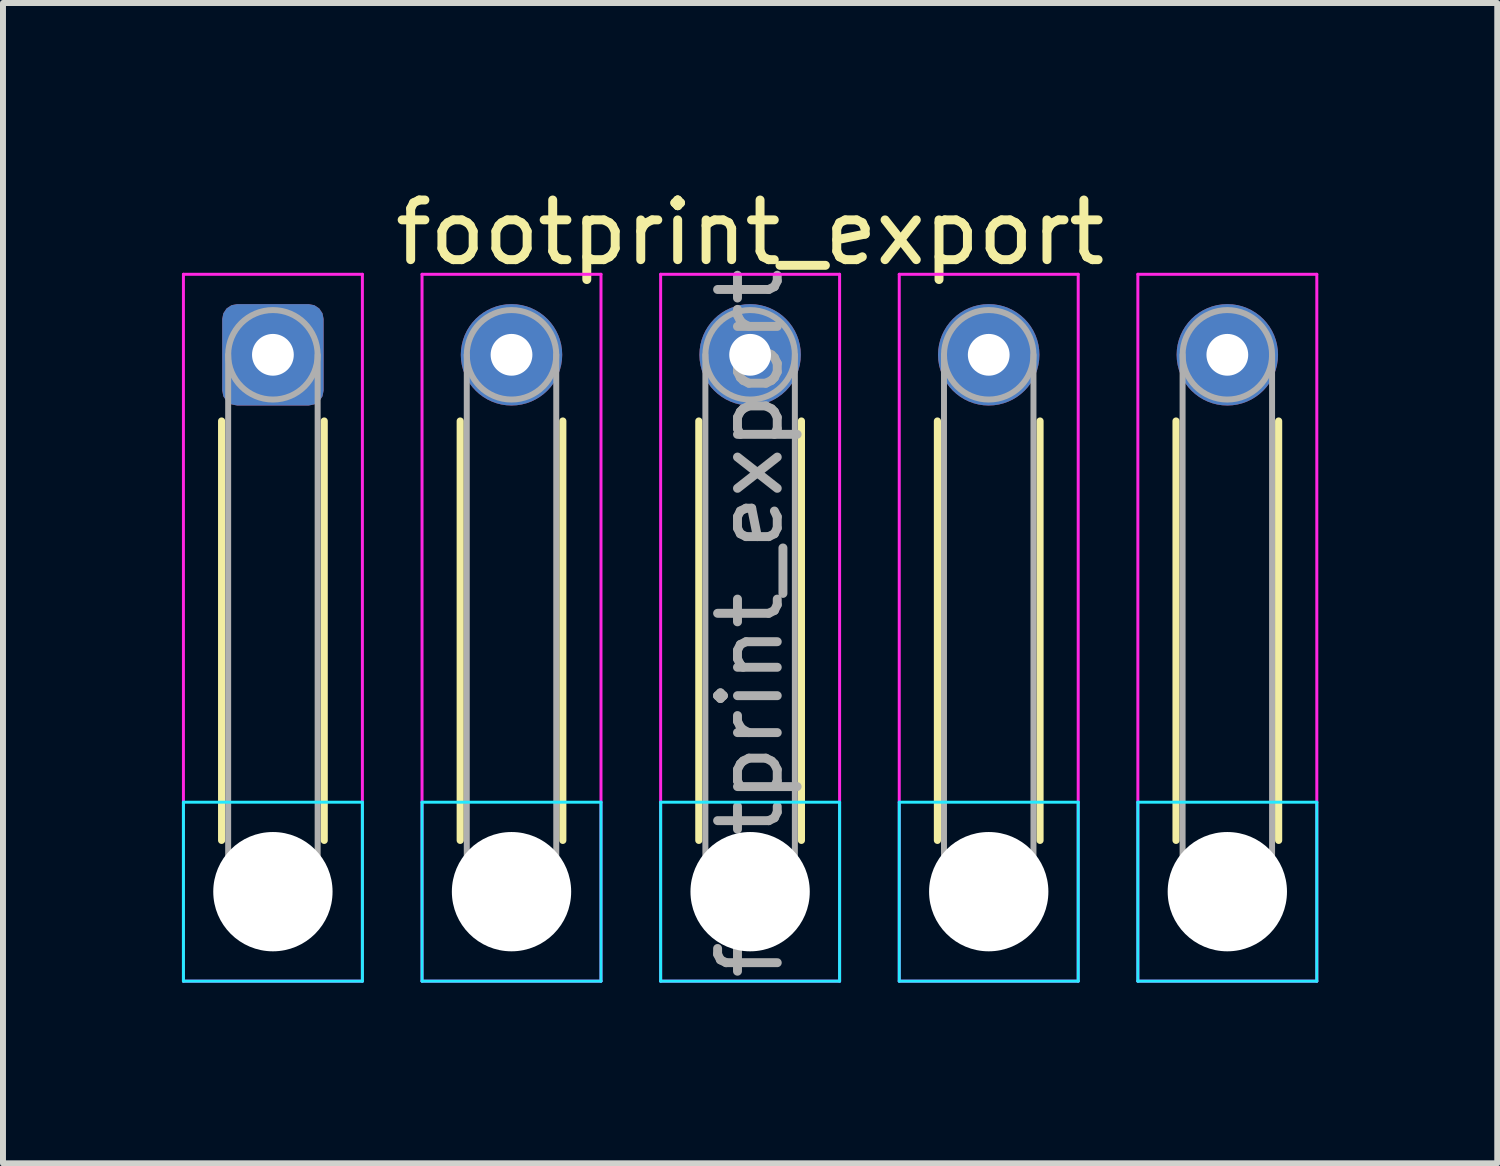
<source format=kicad_pcb>
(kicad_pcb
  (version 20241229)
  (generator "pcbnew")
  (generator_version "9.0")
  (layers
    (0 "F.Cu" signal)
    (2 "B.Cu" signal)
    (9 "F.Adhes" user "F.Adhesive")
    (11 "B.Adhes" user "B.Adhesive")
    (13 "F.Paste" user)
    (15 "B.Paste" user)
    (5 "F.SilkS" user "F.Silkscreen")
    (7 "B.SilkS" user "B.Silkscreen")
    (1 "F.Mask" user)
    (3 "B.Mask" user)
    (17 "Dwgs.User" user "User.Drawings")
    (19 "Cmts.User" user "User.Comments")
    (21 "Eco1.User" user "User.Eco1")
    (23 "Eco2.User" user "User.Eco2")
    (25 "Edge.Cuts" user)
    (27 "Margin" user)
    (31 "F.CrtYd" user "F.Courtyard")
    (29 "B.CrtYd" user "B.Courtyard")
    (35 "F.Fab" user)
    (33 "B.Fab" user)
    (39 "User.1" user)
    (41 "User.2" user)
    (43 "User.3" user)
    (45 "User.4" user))
  (footprint "footprint_export"
    (layer "F.Cu")
    (at 1.525 2.898)
    (property "Reference" "footprint_export" (at 8 -2.05 0) (layer "F.SilkS") (effects (font (size 1 1) (thickness 0.15))))
    (attr exclude_from_pos_files exclude_from_bom)
    (fp_line (start -0.86 1.11) (end -0.86 8.14) (stroke (width 0.12) (type solid)) (layer "F.SilkS"))
    (fp_line (start 0.86 1.11) (end 0.86 8.14) (stroke (width 0.12) (type solid)) (layer "F.SilkS"))
    (fp_line (start 3.14 1.11) (end 3.14 8.14) (stroke (width 0.12) (type solid)) (layer "F.SilkS"))
    (fp_line (start 4.86 1.11) (end 4.86 8.14) (stroke (width 0.12) (type solid)) (layer "F.SilkS"))
    (fp_line (start 7.14 1.11) (end 7.14 8.14) (stroke (width 0.12) (type solid)) (layer "F.SilkS"))
    (fp_line (start 8.86 1.11) (end 8.86 8.14) (stroke (width 0.12) (type solid)) (layer "F.SilkS"))
    (fp_line (start 11.14 1.11) (end 11.14 8.14) (stroke (width 0.12) (type solid)) (layer "F.SilkS"))
    (fp_line (start 12.86 1.11) (end 12.86 8.14) (stroke (width 0.12) (type solid)) (layer "F.SilkS"))
    (fp_line (start 15.14 1.11) (end 15.14 8.14) (stroke (width 0.12) (type solid)) (layer "F.SilkS"))
    (fp_line (start 16.86 1.11) (end 16.86 8.14) (stroke (width 0.12) (type solid)) (layer "F.SilkS"))
    (fp_line (start -1.5 7.5) (end -1.5 10.5) (stroke (width 0.05) (type solid)) (layer "B.CrtYd"))
    (fp_line (start -1.5 10.5) (end 1.5 10.5) (stroke (width 0.05) (type solid)) (layer "B.CrtYd"))
    (fp_line (start 1.5 7.5) (end -1.5 7.5) (stroke (width 0.05) (type solid)) (layer "B.CrtYd"))
    (fp_line (start 1.5 10.5) (end 1.5 7.5) (stroke (width 0.05) (type solid)) (layer "B.CrtYd"))
    (fp_line (start 2.5 7.5) (end 2.5 10.5) (stroke (width 0.05) (type solid)) (layer "B.CrtYd"))
    (fp_line (start 2.5 10.5) (end 5.5 10.5) (stroke (width 0.05) (type solid)) (layer "B.CrtYd"))
    (fp_line (start 5.5 7.5) (end 2.5 7.5) (stroke (width 0.05) (type solid)) (layer "B.CrtYd"))
    (fp_line (start 5.5 10.5) (end 5.5 7.5) (stroke (width 0.05) (type solid)) (layer "B.CrtYd"))
    (fp_line (start 6.5 7.5) (end 6.5 10.5) (stroke (width 0.05) (type solid)) (layer "B.CrtYd"))
    (fp_line (start 6.5 10.5) (end 9.5 10.5) (stroke (width 0.05) (type solid)) (layer "B.CrtYd"))
    (fp_line (start 9.5 7.5) (end 6.5 7.5) (stroke (width 0.05) (type solid)) (layer "B.CrtYd"))
    (fp_line (start 9.5 10.5) (end 9.5 7.5) (stroke (width 0.05) (type solid)) (layer "B.CrtYd"))
    (fp_line (start 10.5 7.5) (end 10.5 10.5) (stroke (width 0.05) (type solid)) (layer "B.CrtYd"))
    (fp_line (start 10.5 10.5) (end 13.5 10.5) (stroke (width 0.05) (type solid)) (layer "B.CrtYd"))
    (fp_line (start 13.5 7.5) (end 10.5 7.5) (stroke (width 0.05) (type solid)) (layer "B.CrtYd"))
    (fp_line (start 13.5 10.5) (end 13.5 7.5) (stroke (width 0.05) (type solid)) (layer "B.CrtYd"))
    (fp_line (start 14.5 7.5) (end 14.5 10.5) (stroke (width 0.05) (type solid)) (layer "B.CrtYd"))
    (fp_line (start 14.5 10.5) (end 17.5 10.5) (stroke (width 0.05) (type solid)) (layer "B.CrtYd"))
    (fp_line (start 17.5 7.5) (end 14.5 7.5) (stroke (width 0.05) (type solid)) (layer "B.CrtYd"))
    (fp_line (start 17.5 10.5) (end 17.5 7.5) (stroke (width 0.05) (type solid)) (layer "B.CrtYd"))
    (fp_line (start -1.5 -1.35) (end -1.5 10.5) (stroke (width 0.05) (type solid)) (layer "F.CrtYd"))
    (fp_line (start -1.5 10.5) (end 1.5 10.5) (stroke (width 0.05) (type solid)) (layer "F.CrtYd"))
    (fp_line (start 1.5 -1.35) (end -1.5 -1.35) (stroke (width 0.05) (type solid)) (layer "F.CrtYd"))
    (fp_line (start 1.5 10.5) (end 1.5 -1.35) (stroke (width 0.05) (type solid)) (layer "F.CrtYd"))
    (fp_line (start 2.5 -1.35) (end 2.5 10.5) (stroke (width 0.05) (type solid)) (layer "F.CrtYd"))
    (fp_line (start 2.5 10.5) (end 5.5 10.5) (stroke (width 0.05) (type solid)) (layer "F.CrtYd"))
    (fp_line (start 5.5 -1.35) (end 2.5 -1.35) (stroke (width 0.05) (type solid)) (layer "F.CrtYd"))
    (fp_line (start 5.5 10.5) (end 5.5 -1.35) (stroke (width 0.05) (type solid)) (layer "F.CrtYd"))
    (fp_line (start 6.5 -1.35) (end 6.5 10.5) (stroke (width 0.05) (type solid)) (layer "F.CrtYd"))
    (fp_line (start 6.5 10.5) (end 9.5 10.5) (stroke (width 0.05) (type solid)) (layer "F.CrtYd"))
    (fp_line (start 9.5 -1.35) (end 6.5 -1.35) (stroke (width 0.05) (type solid)) (layer "F.CrtYd"))
    (fp_line (start 9.5 10.5) (end 9.5 -1.35) (stroke (width 0.05) (type solid)) (layer "F.CrtYd"))
    (fp_line (start 10.5 -1.35) (end 10.5 10.5) (stroke (width 0.05) (type solid)) (layer "F.CrtYd"))
    (fp_line (start 10.5 10.5) (end 13.5 10.5) (stroke (width 0.05) (type solid)) (layer "F.CrtYd"))
    (fp_line (start 13.5 -1.35) (end 10.5 -1.35) (stroke (width 0.05) (type solid)) (layer "F.CrtYd"))
    (fp_line (start 13.5 10.5) (end 13.5 -1.35) (stroke (width 0.05) (type solid)) (layer "F.CrtYd"))
    (fp_line (start 14.5 -1.35) (end 14.5 10.5) (stroke (width 0.05) (type solid)) (layer "F.CrtYd"))
    (fp_line (start 14.5 10.5) (end 17.5 10.5) (stroke (width 0.05) (type solid)) (layer "F.CrtYd"))
    (fp_line (start 17.5 -1.35) (end 14.5 -1.35) (stroke (width 0.05) (type solid)) (layer "F.CrtYd"))
    (fp_line (start 17.5 10.5) (end 17.5 -1.35) (stroke (width 0.05) (type solid)) (layer "F.CrtYd"))
    (fp_line (start -0.75 0) (end -0.75 9) (stroke (width 0.1) (type solid)) (layer "F.Fab"))
    (fp_line (start 0.75 0) (end 0.75 9) (stroke (width 0.1) (type solid)) (layer "F.Fab"))
    (fp_line (start 3.25 0) (end 3.25 9) (stroke (width 0.1) (type solid)) (layer "F.Fab"))
    (fp_line (start 4.75 0) (end 4.75 9) (stroke (width 0.1) (type solid)) (layer "F.Fab"))
    (fp_line (start 7.25 0) (end 7.25 9) (stroke (width 0.1) (type solid)) (layer "F.Fab"))
    (fp_line (start 8.75 0) (end 8.75 9) (stroke (width 0.1) (type solid)) (layer "F.Fab"))
    (fp_line (start 11.25 0) (end 11.25 9) (stroke (width 0.1) (type solid)) (layer "F.Fab"))
    (fp_line (start 12.75 0) (end 12.75 9) (stroke (width 0.1) (type solid)) (layer "F.Fab"))
    (fp_line (start 15.25 0) (end 15.25 9) (stroke (width 0.1) (type solid)) (layer "F.Fab"))
    (fp_line (start 16.75 0) (end 16.75 9) (stroke (width 0.1) (type solid)) (layer "F.Fab"))
    (fp_circle (center 0 0) (end 0.75 0) (stroke (width 0.1) (type solid)) (fill no) (layer "F.Fab"))
    (fp_circle (center 0 9) (end 0.75 9) (stroke (width 0.1) (type solid)) (fill no) (layer "F.Fab"))
    (fp_circle (center 4 0) (end 4.75 0) (stroke (width 0.1) (type solid)) (fill no) (layer "F.Fab"))
    (fp_circle (center 4 9) (end 4.75 9) (stroke (width 0.1) (type solid)) (fill no) (layer "F.Fab"))
    (fp_circle (center 8 0) (end 8.75 0) (stroke (width 0.1) (type solid)) (fill no) (layer "F.Fab"))
    (fp_circle (center 8 9) (end 8.75 9) (stroke (width 0.1) (type solid)) (fill no) (layer "F.Fab"))
    (fp_circle (center 12 0) (end 12.75 0) (stroke (width 0.1) (type solid)) (fill no) (layer "F.Fab"))
    (fp_circle (center 12 9) (end 12.75 9) (stroke (width 0.1) (type solid)) (fill no) (layer "F.Fab"))
    (fp_circle (center 16 0) (end 16.75 0) (stroke (width 0.1) (type solid)) (fill no) (layer "F.Fab"))
    (fp_circle (center 16 9) (end 16.75 9) (stroke (width 0.1) (type solid)) (fill no) (layer "F.Fab"))
    (fp_text user "${REFERENCE}" (at 8 4.5 90) (layer "F.Fab") (effects (font (size 1 1) (thickness 0.15))))
    (pad "" np_thru_hole circle (at 0 9) (size 2 2) (drill 2) (layers "*.Cu" "*.Mask"))
    (pad "" np_thru_hole circle (at 4 9) (size 2 2) (drill 2) (layers "*.Cu" "*.Mask"))
    (pad "" np_thru_hole circle (at 8 9) (size 2 2) (drill 2) (layers "*.Cu" "*.Mask"))
    (pad "" np_thru_hole circle (at 12 9) (size 2 2) (drill 2) (layers "*.Cu" "*.Mask"))
    (pad "" np_thru_hole circle (at 16 9) (size 2 2) (drill 2) (layers "*.Cu" "*.Mask"))
    (pad "1" thru_hole roundrect (at 0 0) (size 1.7 1.7) (drill 0.7) (layers "*.Cu" "*.Mask") (roundrect_rratio 0.147))
    (pad "2" thru_hole circle (at 4 0) (size 1.7 1.7) (drill 0.7) (layers "*.Cu" "*.Mask"))
    (pad "3" thru_hole circle (at 8 0) (size 1.7 1.7) (drill 0.7) (layers "*.Cu" "*.Mask"))
    (pad "4" thru_hole circle (at 12 0) (size 1.7 1.7) (drill 0.7) (layers "*.Cu" "*.Mask"))
    (pad "5" thru_hole circle (at 16 0) (size 1.7 1.7) (drill 0.7) (layers "*.Cu" "*.Mask")))
  (gr_rect
    (start -3 -3)
    (end 22.05 16.452)
    (stroke (width 0.1) (type default))
    (fill no)
    (layer "Edge.Cuts")))
</source>
